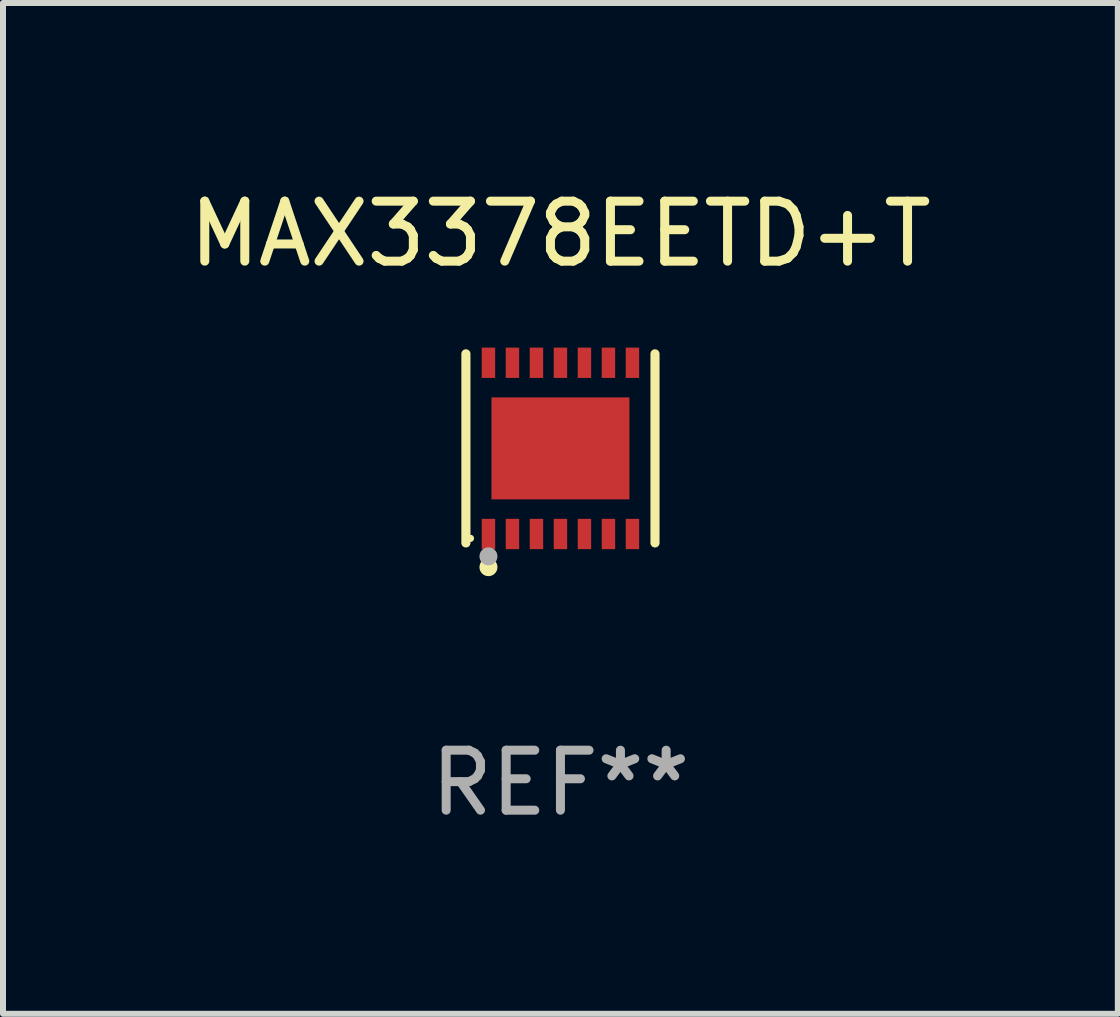
<source format=kicad_pcb>
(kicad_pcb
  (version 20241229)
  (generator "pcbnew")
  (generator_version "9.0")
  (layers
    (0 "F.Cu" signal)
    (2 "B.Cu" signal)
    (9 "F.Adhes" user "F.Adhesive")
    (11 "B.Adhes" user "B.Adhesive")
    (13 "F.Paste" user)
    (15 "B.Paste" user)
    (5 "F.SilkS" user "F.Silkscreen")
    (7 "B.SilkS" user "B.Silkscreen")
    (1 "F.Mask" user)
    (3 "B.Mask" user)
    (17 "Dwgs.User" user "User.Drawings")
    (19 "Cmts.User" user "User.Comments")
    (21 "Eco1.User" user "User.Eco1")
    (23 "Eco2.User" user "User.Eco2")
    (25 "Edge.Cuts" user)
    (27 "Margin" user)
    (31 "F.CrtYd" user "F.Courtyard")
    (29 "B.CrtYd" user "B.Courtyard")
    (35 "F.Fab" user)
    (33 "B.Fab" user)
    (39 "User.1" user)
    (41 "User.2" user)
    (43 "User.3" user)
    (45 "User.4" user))
  (footprint "MAX3378EETD+T"
    (layer "F.Cu")
    (at 6.292 4.424)
    (property "Reference" "MAX3378EETD+T" (at 0 -3.576 0) (layer "F.SilkS") (effects (font (size 1 1) (thickness 0.15))))
    (attr through_hole)
    (fp_line (start -1.576 1.576) (end -1.576 -1.576) (stroke (width 0.152) (type solid)) (layer "F.SilkS"))
    (fp_line (start 1.576 1.576) (end 1.576 -1.576) (stroke (width 0.152) (type solid)) (layer "F.SilkS"))
    (fp_circle (center -1.5 1.5) (end -1.47 1.5) (stroke (width 0.06) (type solid)) (fill no) (layer "F.SilkS"))
    (fp_circle (center -1.2 1.98) (end -1.125 1.98) (stroke (width 0.15) (type solid)) (fill no) (layer "F.SilkS"))
    (fp_circle (center -1.2 1.8) (end -1.125 1.8) (stroke (width 0.15) (type solid)) (fill no) (layer "F.Fab"))
    (fp_text user "REF**" (at 0 5.576 0) (layer "F.Fab") (effects (font (size 1 1) (thickness 0.15))))
    (pad "1" smd rect (at -1.2 1.427) (size 0.224 0.505) (layers "F.Cu" "F.Mask" "F.Paste"))
    (pad "2" smd rect (at -0.8 1.427) (size 0.224 0.505) (layers "F.Cu" "F.Mask" "F.Paste"))
    (pad "3" smd rect (at -0.4 1.427) (size 0.224 0.505) (layers "F.Cu" "F.Mask" "F.Paste"))
    (pad "4" smd rect (at 0 1.427) (size 0.224 0.505) (layers "F.Cu" "F.Mask" "F.Paste"))
    (pad "5" smd rect (at 0.4 1.427) (size 0.224 0.505) (layers "F.Cu" "F.Mask" "F.Paste"))
    (pad "6" smd rect (at 0.8 1.427) (size 0.224 0.505) (layers "F.Cu" "F.Mask" "F.Paste"))
    (pad "7" smd rect (at 1.2 1.427) (size 0.224 0.505) (layers "F.Cu" "F.Mask" "F.Paste"))
    (pad "8" smd rect (at 1.2 -1.427) (size 0.224 0.505) (layers "F.Cu" "F.Mask" "F.Paste"))
    (pad "9" smd rect (at 0.8 -1.427) (size 0.224 0.505) (layers "F.Cu" "F.Mask" "F.Paste"))
    (pad "10" smd rect (at 0.4 -1.427) (size 0.224 0.505) (layers "F.Cu" "F.Mask" "F.Paste"))
    (pad "11" smd rect (at 0 -1.427) (size 0.224 0.505) (layers "F.Cu" "F.Mask" "F.Paste"))
    (pad "12" smd rect (at -0.4 -1.427) (size 0.224 0.505) (layers "F.Cu" "F.Mask" "F.Paste"))
    (pad "13" smd rect (at -0.8 -1.427) (size 0.224 0.505) (layers "F.Cu" "F.Mask" "F.Paste"))
    (pad "14" smd rect (at -1.2 -1.427) (size 0.224 0.505) (layers "F.Cu" "F.Mask" "F.Paste"))
    (pad "15" smd rect (at 0 0) (size 2.3 1.7) (layers "F.Cu" "F.Mask" "F.Paste")))
  (gr_rect
    (start -3 -3)
    (end 15.583 13.849)
    (stroke (width 0.1) (type default))
    (fill no)
    (layer "Edge.Cuts")))
</source>
